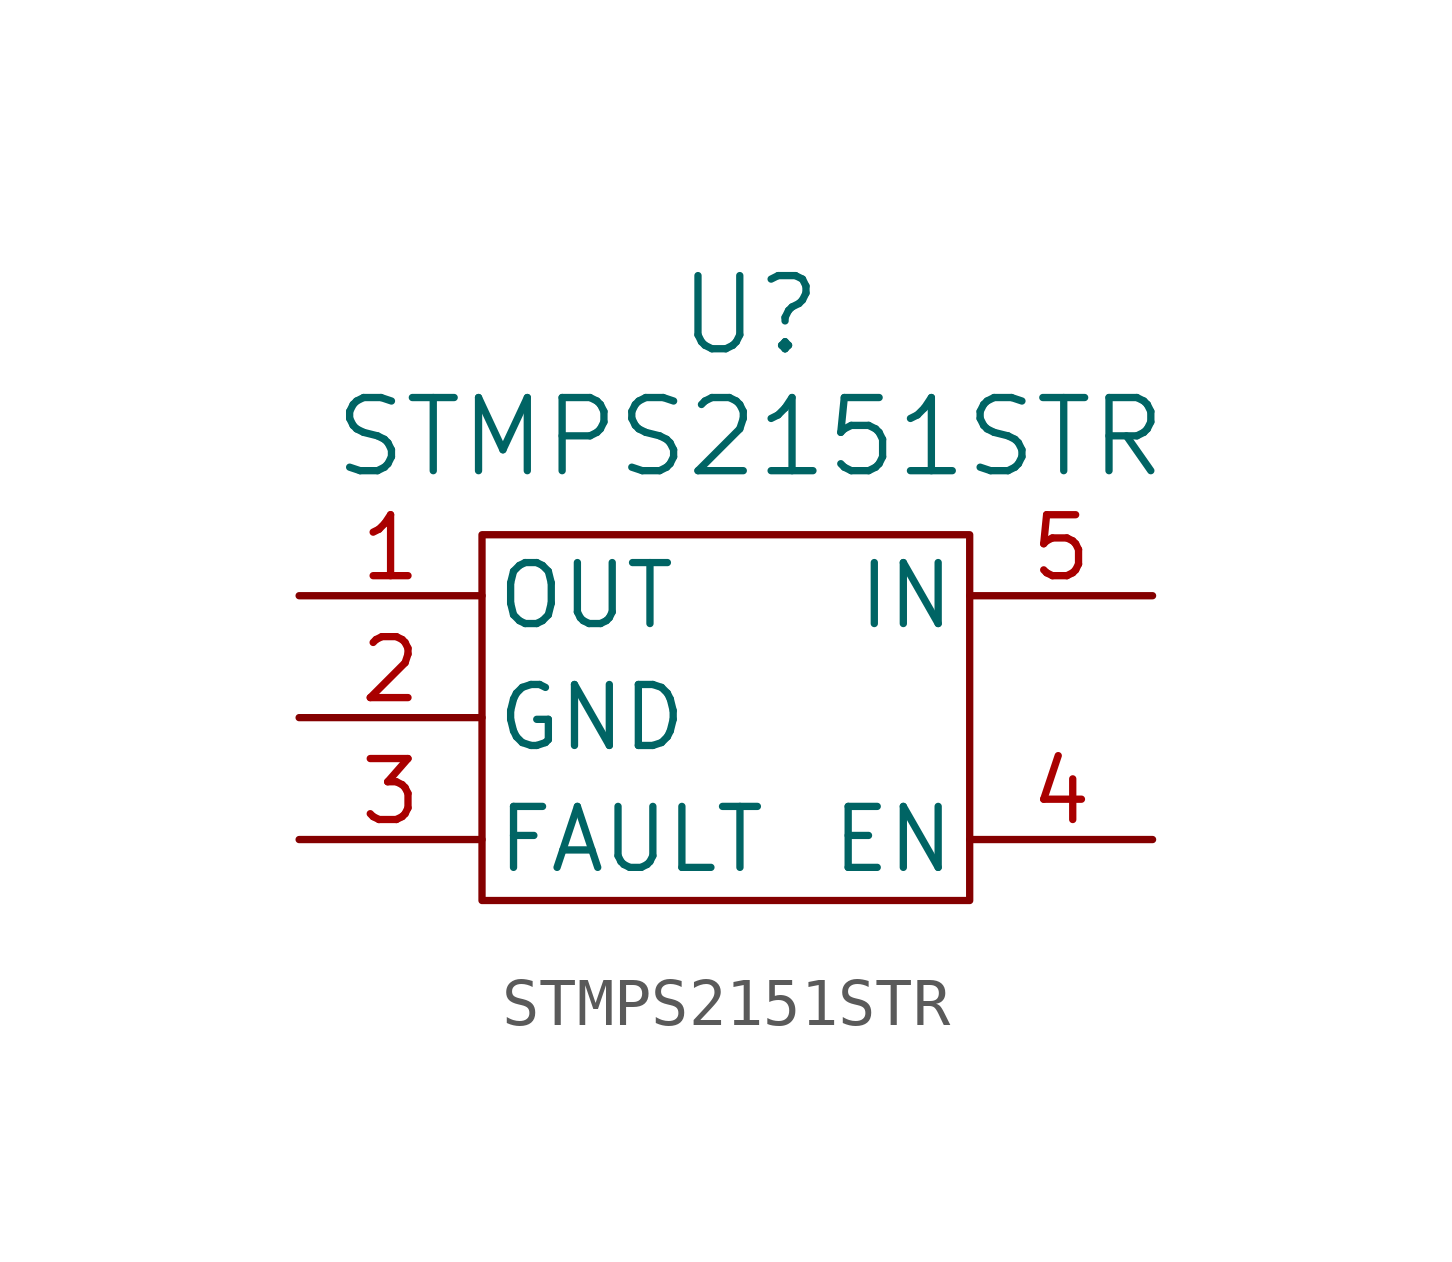
<source format=kicad_sym>
(kicad_symbol_lib
  (version 20231120)
  (generator "kicad_symbol_editor")
  (generator_version "8.0")
  (symbol "STMPS2151STR"
    (pin_names
      (offset 0.254))
    (property "Reference" "U"
      (at 9.398 5.842 0)
      (effects (font (size 1.524 1.524))))
    (property "Value" "STMPS2151STR"
      (at 9.398 3.302 0)
      (effects (font (size 1.524 1.524))))
    (symbol "STMPS2151STR_1_1"
      (rectangle (start 3.81 1.27) (end 13.97 -6.35) (stroke (width 0) (type default)) (fill (type none)))
      (pin output line (at 0 0 0) (length 3.81) (name "OUT" (effects (font (size 1.27 1.27)))) (number "1" (effects (font (size 1.27 1.27)))))
      (pin power_out line (at 0 -2.54 0) (length 3.81) (name "GND" (effects (font (size 1.27 1.27)))) (number "2" (effects (font (size 1.27 1.27)))))
      (pin output line (at 0 -5.08 0) (length 3.81) (name "FAULT" (effects (font (size 1.27 1.27)))) (number "3" (effects (font (size 1.27 1.27)))))
      (pin input line (at 17.78 -5.08 180) (length 3.81) (name "EN" (effects (font (size 1.27 1.27)))) (number "4" (effects (font (size 1.27 1.27)))))
      (pin power_in line (at 17.78 0 180) (length 3.81) (name "IN" (effects (font (size 1.27 1.27)))) (number "5" (effects (font (size 1.27 1.27))))))))
</source>
